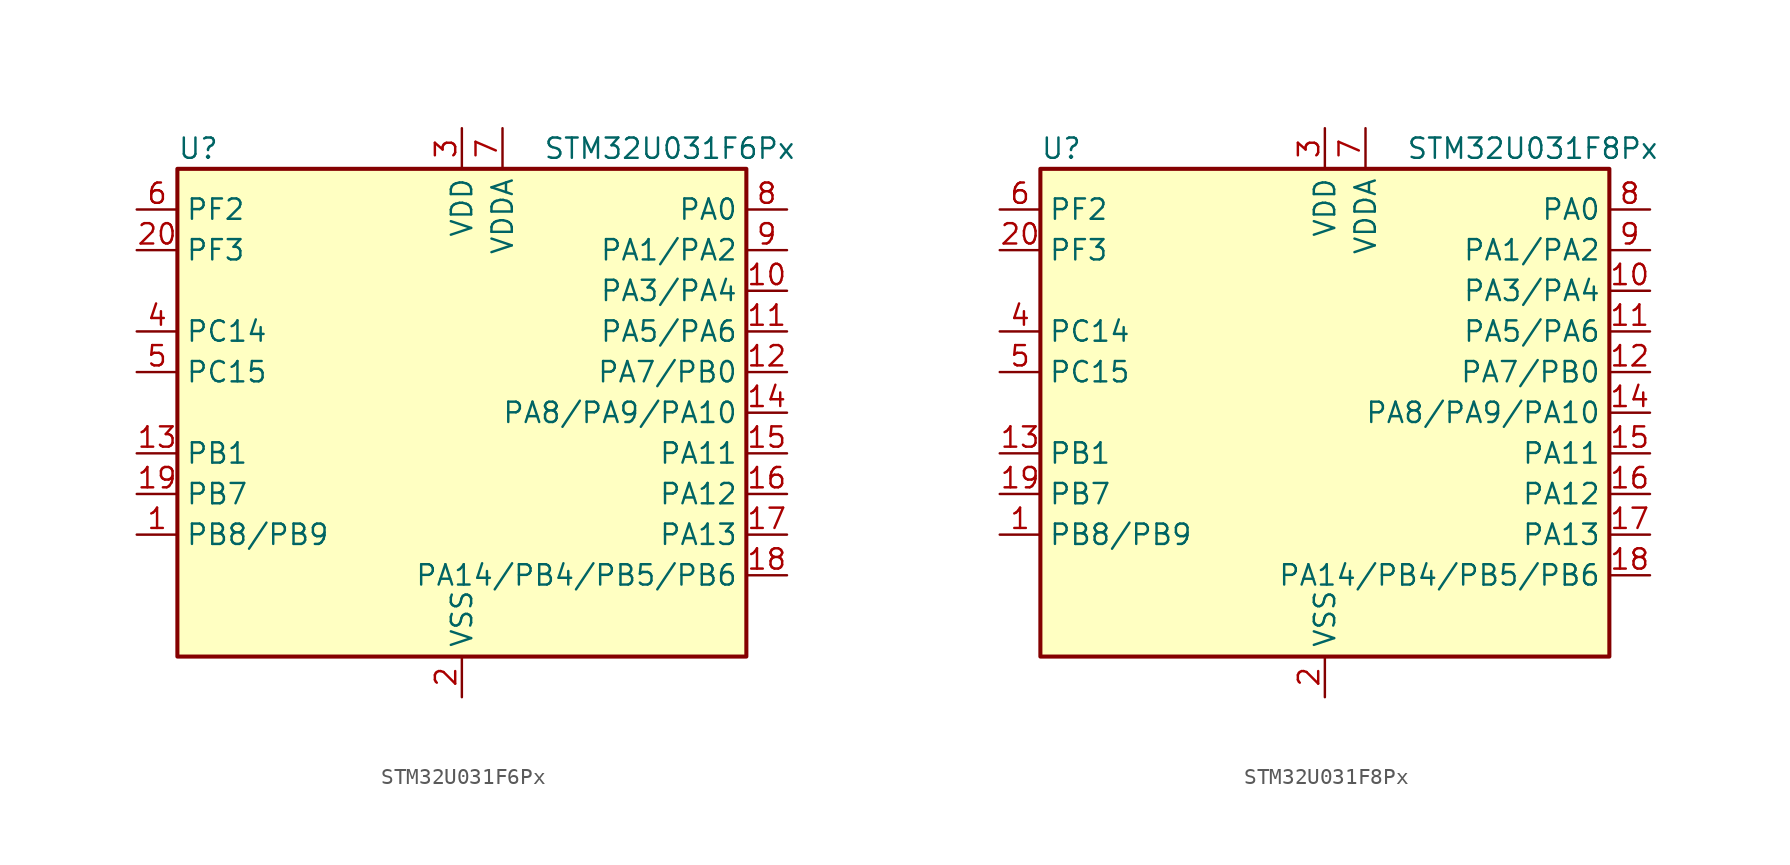
<source format=kicad_sym>
(kicad_symbol_lib
  (version 20231120)
  (generator "kicad_symbol_editor")
  (generator_version "8.99")
  (symbol "STM32U031F6Px"
    (property "Reference" "U"
      (at -17.78 16.51 0)
      (effects (font (size 1.27 1.27)) (justify left)))
    (property "Value" "STM32U031F6Px"
      (at 5.08 16.51 0)
      (effects (font (size 1.27 1.27)) (justify left)))
    (property "ki_locked" ""
      (at 0 0 0)
      (effects (font (size 1.27 1.27))))
    (symbol "STM32U031F6Px_0_1"
      (rectangle (start -17.78 -15.24) (end 17.78 15.24) (stroke (width 0.254) (type default)) (fill (type background))))
    (symbol "STM32U031F6Px_1_1"
      (pin bidirectional line (at -20.32 -7.62 0) (length 2.54) (name "PB8/PB9" (effects (font (size 1.27 1.27)))) (number "1" (effects (font (size 1.27 1.27)))) (alternate "I2C1_SCL" bidirectional line) (alternate "I2C2_SCL" bidirectional line) (alternate "LPTIM1_IN2" bidirectional line) (alternate "TIM16_CH1" bidirectional line) (alternate "USART3_TX" bidirectional line))
      (pin bidirectional line (at 20.32 7.62 180) (length 2.54) (name "PA3/PA4" (effects (font (size 1.27 1.27)))) (number "10" (effects (font (size 1.27 1.27)))) (alternate "ADC1_IN7" bidirectional line) (alternate "LPUART1_RX" bidirectional line) (alternate "OPAMP1_VOUT" bidirectional line) (alternate "TIM15_CH2" bidirectional line) (alternate "TIM2_CH4" bidirectional line) (alternate "USART2_RX" bidirectional line))
      (pin bidirectional line (at 20.32 5.08 180) (length 2.54) (name "PA5/PA6" (effects (font (size 1.27 1.27)))) (number "11" (effects (font (size 1.27 1.27)))) (alternate "ADC1_IN9" bidirectional line) (alternate "COMP1_INM" bidirectional line) (alternate "LPTIM2_ETR" bidirectional line) (alternate "SPI1_SCK" bidirectional line) (alternate "TIM2_CH1" bidirectional line) (alternate "TIM2_ETR" bidirectional line) (alternate "USART3_TX" bidirectional line))
      (pin bidirectional line (at 20.32 2.54 180) (length 2.54) (name "PA7/PB0" (effects (font (size 1.27 1.27)))) (number "12" (effects (font (size 1.27 1.27)))) (alternate "ADC1_IN14" bidirectional line) (alternate "I2C2_SCL" bidirectional line) (alternate "I2C3_SCL" bidirectional line) (alternate "LPTIM2_CH2" bidirectional line) (alternate "SPI1_MOSI" bidirectional line) (alternate "TIM1_CH1N" bidirectional line) (alternate "TIM3_CH2" bidirectional line) (alternate "USART3_RX" bidirectional line))
      (pin bidirectional line (at -20.32 -2.54 0) (length 2.54) (name "PB1" (effects (font (size 1.27 1.27)))) (number "13" (effects (font (size 1.27 1.27)))) (alternate "ADC1_IN18" bidirectional line) (alternate "COMP1_INM" bidirectional line) (alternate "LPTIM2_IN1" bidirectional line) (alternate "LPUART1_DE" bidirectional line) (alternate "LPUART1_RTS" bidirectional line) (alternate "LPUART2_DE" bidirectional line) (alternate "LPUART2_RTS" bidirectional line) (alternate "TIM1_CH3N" bidirectional line) (alternate "TIM3_CH4" bidirectional line) (alternate "TSC_SYNC" bidirectional line) (alternate "USART3_DE" bidirectional line) (alternate "USART3_RTS" bidirectional line))
      (pin bidirectional line (at 20.32 0 180) (length 2.54) (name "PA8/PA9/PA10" (effects (font (size 1.27 1.27)))) (number "14" (effects (font (size 1.27 1.27)))) (alternate "LPTIM2_CH1" bidirectional line) (alternate "RCC_MCO" bidirectional line) (alternate "RCC_MCO2" bidirectional line) (alternate "TIM1_CH1" bidirectional line) (alternate "TSC_G7_IO1" bidirectional line) (alternate "USART1_CK" bidirectional line))
      (pin bidirectional line (at 20.32 -2.54 180) (length 2.54) (name "PA11" (effects (font (size 1.27 1.27)))) (number "15" (effects (font (size 1.27 1.27)))) (alternate "ADC1_EXTI11" bidirectional line) (alternate "COMP1_OUT" bidirectional line) (alternate "SPI1_MISO" bidirectional line) (alternate "SPI2_MISO" bidirectional line) (alternate "TIM1_BKIN2" bidirectional line) (alternate "TIM1_CH4" bidirectional line) (alternate "USART1_CTS" bidirectional line))
      (pin bidirectional line (at 20.32 -5.08 180) (length 2.54) (name "PA12" (effects (font (size 1.27 1.27)))) (number "16" (effects (font (size 1.27 1.27)))) (alternate "SPI1_MOSI" bidirectional line) (alternate "SPI2_MOSI" bidirectional line) (alternate "TIM1_ETR" bidirectional line) (alternate "USART1_DE" bidirectional line) (alternate "USART1_RTS" bidirectional line))
      (pin bidirectional line (at 20.32 -7.62 180) (length 2.54) (name "PA13" (effects (font (size 1.27 1.27)))) (number "17" (effects (font (size 1.27 1.27)))) (alternate "DEBUG_JTMS-SWDIO" bidirectional line) (alternate "IR_OUT" bidirectional line) (alternate "TSC_G7_IO4" bidirectional line))
      (pin bidirectional line (at 20.32 -10.16 180) (length 2.54) (name "PA14/PB4/PB5/PB6" (effects (font (size 1.27 1.27)))) (number "18" (effects (font (size 1.27 1.27)))) (alternate "DEBUG_JTCK-SWCLK" bidirectional line) (alternate "LPTIM1_CH1" bidirectional line) (alternate "TSC_G3_IO4" bidirectional line))
      (pin bidirectional line (at -20.32 -5.08 0) (length 2.54) (name "PB7" (effects (font (size 1.27 1.27)))) (number "19" (effects (font (size 1.27 1.27)))) (alternate "I2C1_SDA" bidirectional line) (alternate "I2C2_SDA" bidirectional line) (alternate "LPTIM1_IN2" bidirectional line) (alternate "LPUART2_RX" bidirectional line) (alternate "TSC_G2_IO4" bidirectional line) (alternate "USART1_RX" bidirectional line) (alternate "USART4_CTS" bidirectional line))
      (pin power_in line (at 0 -17.78 90) (length 2.54) (name "VSS" (effects (font (size 1.27 1.27)))) (number "2" (effects (font (size 1.27 1.27)))))
      (pin bidirectional line (at -20.32 10.16 0) (length 2.54) (name "PF3" (effects (font (size 1.27 1.27)))) (number "20" (effects (font (size 1.27 1.27)))))
      (pin power_in line (at 0 17.78 270) (length 2.54) (name "VDD" (effects (font (size 1.27 1.27)))) (number "3" (effects (font (size 1.27 1.27)))))
      (pin bidirectional line (at -20.32 5.08 0) (length 2.54) (name "PC14" (effects (font (size 1.27 1.27)))) (number "4" (effects (font (size 1.27 1.27)))) (alternate "RCC_OSC32_IN" bidirectional line))
      (pin bidirectional line (at -20.32 2.54 0) (length 2.54) (name "PC15" (effects (font (size 1.27 1.27)))) (number "5" (effects (font (size 1.27 1.27)))) (alternate "RCC_OSC32_EN" bidirectional line) (alternate "RCC_OSC32_OUT" bidirectional line) (alternate "RCC_OSC_EN" bidirectional line))
      (pin bidirectional line (at -20.32 12.7 0) (length 2.54) (name "PF2" (effects (font (size 1.27 1.27)))) (number "6" (effects (font (size 1.27 1.27)))) (alternate "RCC_MCO" bidirectional line))
      (pin power_in line (at 2.54 17.78 270) (length 2.54) (name "VDDA" (effects (font (size 1.27 1.27)))) (number "7" (effects (font (size 1.27 1.27)))))
      (pin bidirectional line (at 20.32 12.7 180) (length 2.54) (name "PA0" (effects (font (size 1.27 1.27)))) (number "8" (effects (font (size 1.27 1.27)))) (alternate "ADC1_IN4" bidirectional line) (alternate "COMP1_INM" bidirectional line) (alternate "COMP1_OUT" bidirectional line) (alternate "OPAMP1_VINP" bidirectional line) (alternate "PWR_WKUP1" bidirectional line) (alternate "TAMP_IN2" bidirectional line) (alternate "TIM2_CH1" bidirectional line) (alternate "TIM2_ETR" bidirectional line) (alternate "USART2_CTS" bidirectional line) (alternate "USART4_TX" bidirectional line))
      (pin bidirectional line (at 20.32 10.16 180) (length 2.54) (name "PA1/PA2" (effects (font (size 1.27 1.27)))) (number "9" (effects (font (size 1.27 1.27)))) (alternate "ADC1_IN5" bidirectional line) (alternate "COMP1_INP" bidirectional line) (alternate "LPTIM1_CH2" bidirectional line) (alternate "OPAMP1_VINM" bidirectional line) (alternate "PWR_WKUP3" bidirectional line) (alternate "SPI1_SCK" bidirectional line) (alternate "SPI2_SCK" bidirectional line) (alternate "TAMP_IN5" bidirectional line) (alternate "TIM15_CH1N" bidirectional line) (alternate "TIM2_CH2" bidirectional line) (alternate "USART2_DE" bidirectional line) (alternate "USART2_RTS" bidirectional line) (alternate "USART4_RX" bidirectional line))))
  (symbol "STM32U031F8Px"
    (property "Reference" "U"
      (at -17.78 16.51 0)
      (effects (font (size 1.27 1.27)) (justify left)))
    (property "Value" "STM32U031F8Px"
      (at 5.08 16.51 0)
      (effects (font (size 1.27 1.27)) (justify left)))
    (property "ki_locked" ""
      (at 0 0 0)
      (effects (font (size 1.27 1.27))))
    (symbol "STM32U031F8Px_0_1"
      (rectangle (start -17.78 -15.24) (end 17.78 15.24) (stroke (width 0.254) (type default)) (fill (type background))))
    (symbol "STM32U031F8Px_1_1"
      (pin bidirectional line (at -20.32 -7.62 0) (length 2.54) (name "PB8/PB9" (effects (font (size 1.27 1.27)))) (number "1" (effects (font (size 1.27 1.27)))) (alternate "I2C1_SCL" bidirectional line) (alternate "I2C2_SCL" bidirectional line) (alternate "LPTIM1_IN2" bidirectional line) (alternate "TIM16_CH1" bidirectional line) (alternate "USART3_TX" bidirectional line))
      (pin bidirectional line (at 20.32 7.62 180) (length 2.54) (name "PA3/PA4" (effects (font (size 1.27 1.27)))) (number "10" (effects (font (size 1.27 1.27)))) (alternate "ADC1_IN7" bidirectional line) (alternate "LPUART1_RX" bidirectional line) (alternate "OPAMP1_VOUT" bidirectional line) (alternate "TIM15_CH2" bidirectional line) (alternate "TIM2_CH4" bidirectional line) (alternate "USART2_RX" bidirectional line))
      (pin bidirectional line (at 20.32 5.08 180) (length 2.54) (name "PA5/PA6" (effects (font (size 1.27 1.27)))) (number "11" (effects (font (size 1.27 1.27)))) (alternate "ADC1_IN9" bidirectional line) (alternate "COMP1_INM" bidirectional line) (alternate "LPTIM2_ETR" bidirectional line) (alternate "SPI1_SCK" bidirectional line) (alternate "TIM2_CH1" bidirectional line) (alternate "TIM2_ETR" bidirectional line) (alternate "USART3_TX" bidirectional line))
      (pin bidirectional line (at 20.32 2.54 180) (length 2.54) (name "PA7/PB0" (effects (font (size 1.27 1.27)))) (number "12" (effects (font (size 1.27 1.27)))) (alternate "ADC1_IN14" bidirectional line) (alternate "I2C2_SCL" bidirectional line) (alternate "I2C3_SCL" bidirectional line) (alternate "LPTIM2_CH2" bidirectional line) (alternate "SPI1_MOSI" bidirectional line) (alternate "TIM1_CH1N" bidirectional line) (alternate "TIM3_CH2" bidirectional line) (alternate "USART3_RX" bidirectional line))
      (pin bidirectional line (at -20.32 -2.54 0) (length 2.54) (name "PB1" (effects (font (size 1.27 1.27)))) (number "13" (effects (font (size 1.27 1.27)))) (alternate "ADC1_IN18" bidirectional line) (alternate "COMP1_INM" bidirectional line) (alternate "LPTIM2_IN1" bidirectional line) (alternate "LPUART1_DE" bidirectional line) (alternate "LPUART1_RTS" bidirectional line) (alternate "LPUART2_DE" bidirectional line) (alternate "LPUART2_RTS" bidirectional line) (alternate "TIM1_CH3N" bidirectional line) (alternate "TIM3_CH4" bidirectional line) (alternate "TSC_SYNC" bidirectional line) (alternate "USART3_DE" bidirectional line) (alternate "USART3_RTS" bidirectional line))
      (pin bidirectional line (at 20.32 0 180) (length 2.54) (name "PA8/PA9/PA10" (effects (font (size 1.27 1.27)))) (number "14" (effects (font (size 1.27 1.27)))) (alternate "LPTIM2_CH1" bidirectional line) (alternate "RCC_MCO" bidirectional line) (alternate "RCC_MCO2" bidirectional line) (alternate "TIM1_CH1" bidirectional line) (alternate "TSC_G7_IO1" bidirectional line) (alternate "USART1_CK" bidirectional line))
      (pin bidirectional line (at 20.32 -2.54 180) (length 2.54) (name "PA11" (effects (font (size 1.27 1.27)))) (number "15" (effects (font (size 1.27 1.27)))) (alternate "ADC1_EXTI11" bidirectional line) (alternate "COMP1_OUT" bidirectional line) (alternate "SPI1_MISO" bidirectional line) (alternate "SPI2_MISO" bidirectional line) (alternate "TIM1_BKIN2" bidirectional line) (alternate "TIM1_CH4" bidirectional line) (alternate "USART1_CTS" bidirectional line))
      (pin bidirectional line (at 20.32 -5.08 180) (length 2.54) (name "PA12" (effects (font (size 1.27 1.27)))) (number "16" (effects (font (size 1.27 1.27)))) (alternate "SPI1_MOSI" bidirectional line) (alternate "SPI2_MOSI" bidirectional line) (alternate "TIM1_ETR" bidirectional line) (alternate "USART1_DE" bidirectional line) (alternate "USART1_RTS" bidirectional line))
      (pin bidirectional line (at 20.32 -7.62 180) (length 2.54) (name "PA13" (effects (font (size 1.27 1.27)))) (number "17" (effects (font (size 1.27 1.27)))) (alternate "DEBUG_JTMS-SWDIO" bidirectional line) (alternate "IR_OUT" bidirectional line) (alternate "TSC_G7_IO4" bidirectional line))
      (pin bidirectional line (at 20.32 -10.16 180) (length 2.54) (name "PA14/PB4/PB5/PB6" (effects (font (size 1.27 1.27)))) (number "18" (effects (font (size 1.27 1.27)))) (alternate "DEBUG_JTCK-SWCLK" bidirectional line) (alternate "LPTIM1_CH1" bidirectional line) (alternate "TSC_G3_IO4" bidirectional line))
      (pin bidirectional line (at -20.32 -5.08 0) (length 2.54) (name "PB7" (effects (font (size 1.27 1.27)))) (number "19" (effects (font (size 1.27 1.27)))) (alternate "I2C1_SDA" bidirectional line) (alternate "I2C2_SDA" bidirectional line) (alternate "LPTIM1_IN2" bidirectional line) (alternate "LPUART2_RX" bidirectional line) (alternate "TSC_G2_IO4" bidirectional line) (alternate "USART1_RX" bidirectional line) (alternate "USART4_CTS" bidirectional line))
      (pin power_in line (at 0 -17.78 90) (length 2.54) (name "VSS" (effects (font (size 1.27 1.27)))) (number "2" (effects (font (size 1.27 1.27)))))
      (pin bidirectional line (at -20.32 10.16 0) (length 2.54) (name "PF3" (effects (font (size 1.27 1.27)))) (number "20" (effects (font (size 1.27 1.27)))))
      (pin power_in line (at 0 17.78 270) (length 2.54) (name "VDD" (effects (font (size 1.27 1.27)))) (number "3" (effects (font (size 1.27 1.27)))))
      (pin bidirectional line (at -20.32 5.08 0) (length 2.54) (name "PC14" (effects (font (size 1.27 1.27)))) (number "4" (effects (font (size 1.27 1.27)))) (alternate "RCC_OSC32_IN" bidirectional line))
      (pin bidirectional line (at -20.32 2.54 0) (length 2.54) (name "PC15" (effects (font (size 1.27 1.27)))) (number "5" (effects (font (size 1.27 1.27)))) (alternate "RCC_OSC32_EN" bidirectional line) (alternate "RCC_OSC32_OUT" bidirectional line) (alternate "RCC_OSC_EN" bidirectional line))
      (pin bidirectional line (at -20.32 12.7 0) (length 2.54) (name "PF2" (effects (font (size 1.27 1.27)))) (number "6" (effects (font (size 1.27 1.27)))) (alternate "RCC_MCO" bidirectional line))
      (pin power_in line (at 2.54 17.78 270) (length 2.54) (name "VDDA" (effects (font (size 1.27 1.27)))) (number "7" (effects (font (size 1.27 1.27)))))
      (pin bidirectional line (at 20.32 12.7 180) (length 2.54) (name "PA0" (effects (font (size 1.27 1.27)))) (number "8" (effects (font (size 1.27 1.27)))) (alternate "ADC1_IN4" bidirectional line) (alternate "COMP1_INM" bidirectional line) (alternate "COMP1_OUT" bidirectional line) (alternate "OPAMP1_VINP" bidirectional line) (alternate "PWR_WKUP1" bidirectional line) (alternate "TAMP_IN2" bidirectional line) (alternate "TIM2_CH1" bidirectional line) (alternate "TIM2_ETR" bidirectional line) (alternate "USART2_CTS" bidirectional line) (alternate "USART4_TX" bidirectional line))
      (pin bidirectional line (at 20.32 10.16 180) (length 2.54) (name "PA1/PA2" (effects (font (size 1.27 1.27)))) (number "9" (effects (font (size 1.27 1.27)))) (alternate "ADC1_IN5" bidirectional line) (alternate "COMP1_INP" bidirectional line) (alternate "LPTIM1_CH2" bidirectional line) (alternate "OPAMP1_VINM" bidirectional line) (alternate "PWR_WKUP3" bidirectional line) (alternate "SPI1_SCK" bidirectional line) (alternate "SPI2_SCK" bidirectional line) (alternate "TAMP_IN5" bidirectional line) (alternate "TIM15_CH1N" bidirectional line) (alternate "TIM2_CH2" bidirectional line) (alternate "USART2_DE" bidirectional line) (alternate "USART2_RTS" bidirectional line) (alternate "USART4_RX" bidirectional line)))))
</source>
